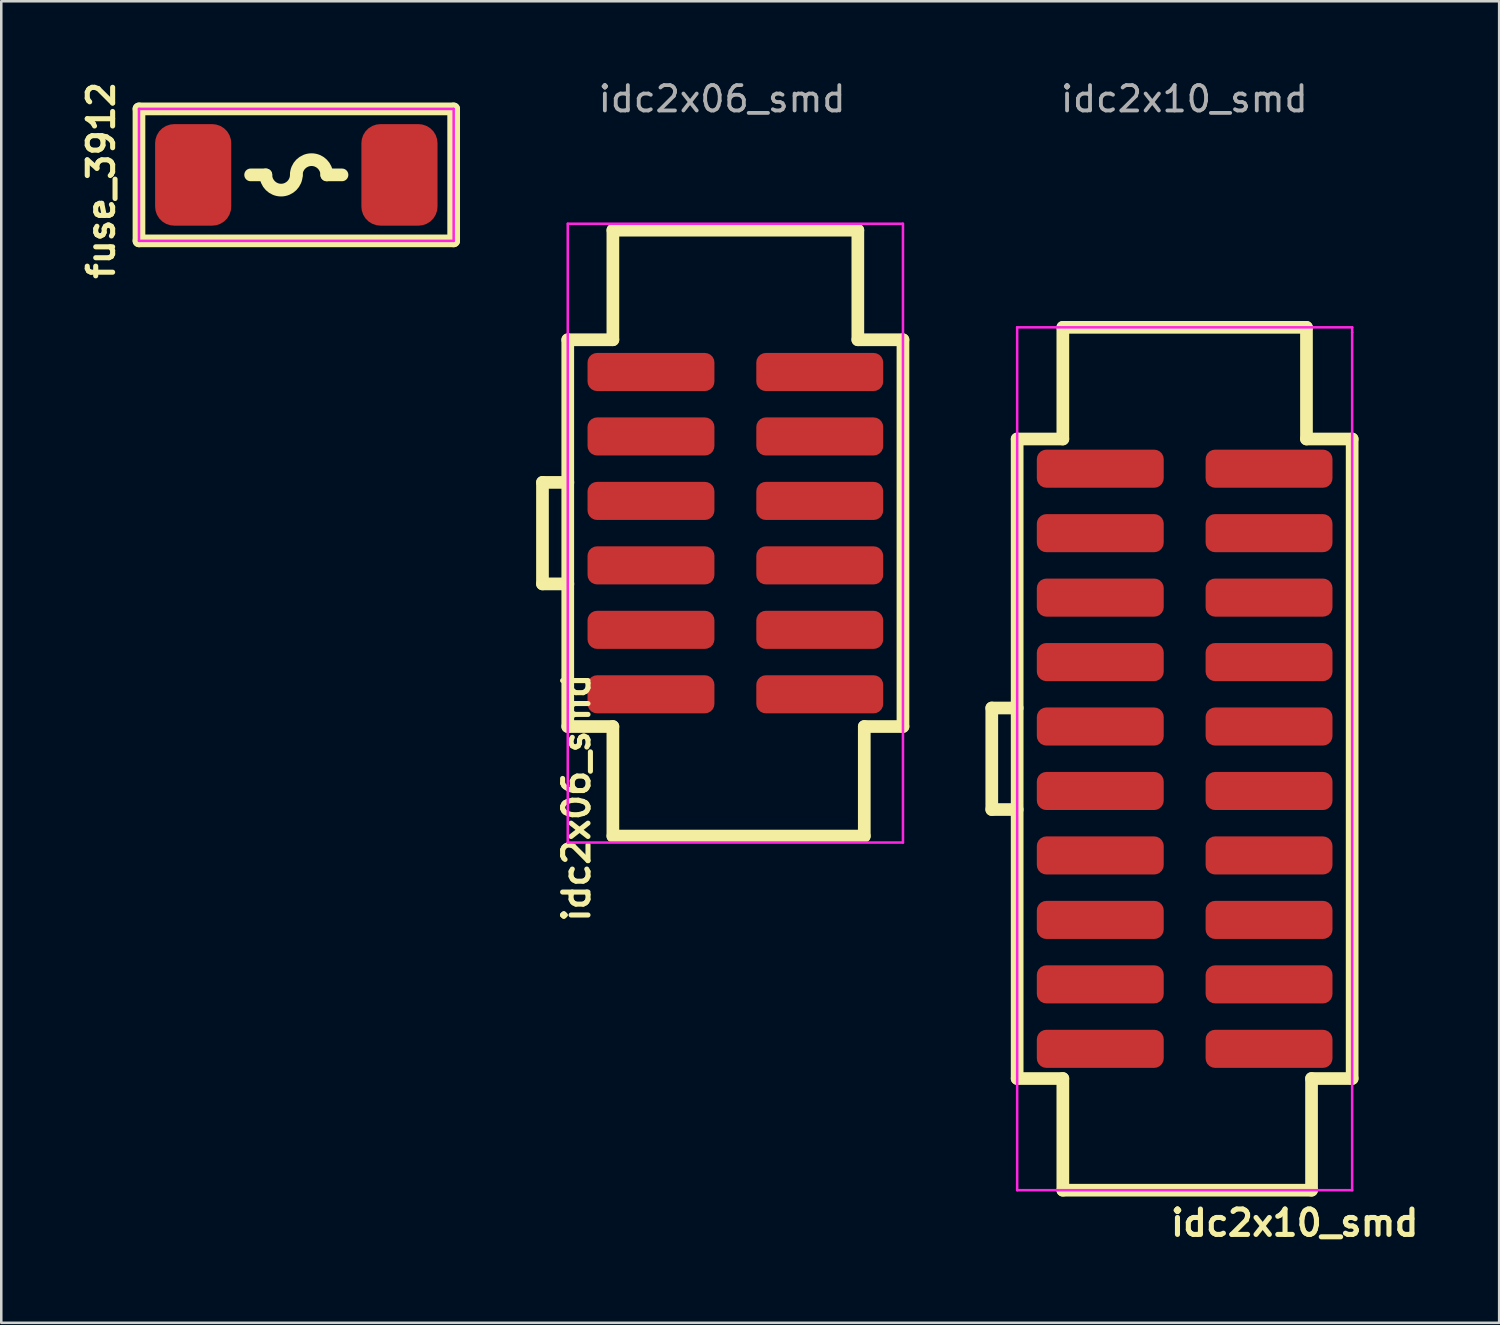
<source format=kicad_pcb>
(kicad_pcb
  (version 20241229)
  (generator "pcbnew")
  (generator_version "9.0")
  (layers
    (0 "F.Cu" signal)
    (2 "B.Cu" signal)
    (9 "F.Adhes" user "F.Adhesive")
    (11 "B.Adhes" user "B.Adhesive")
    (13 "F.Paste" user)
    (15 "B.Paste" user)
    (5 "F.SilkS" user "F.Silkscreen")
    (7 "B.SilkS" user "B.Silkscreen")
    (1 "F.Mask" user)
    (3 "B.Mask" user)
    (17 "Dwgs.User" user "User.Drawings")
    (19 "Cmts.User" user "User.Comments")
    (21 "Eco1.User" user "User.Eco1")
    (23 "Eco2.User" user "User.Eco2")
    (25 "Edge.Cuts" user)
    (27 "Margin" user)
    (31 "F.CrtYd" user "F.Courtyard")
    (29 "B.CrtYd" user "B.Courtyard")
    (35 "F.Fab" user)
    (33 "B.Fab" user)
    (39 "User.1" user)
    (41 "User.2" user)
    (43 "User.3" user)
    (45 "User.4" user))
  (footprint "idc2x06_smd"
    (layer "F.Cu")
    (at 25.926 17.958)
    (property "Reference" "idc2x06_smd" (at -6.259 10.428 90) (layer "F.SilkS") (effects (font (size 1 1) (thickness 0.2))))
    (attr smd)
    (fp_line (start -7.6 -2) (end -7.6 2) (stroke (width 0.5) (type solid)) (layer "F.SilkS"))
    (fp_line (start -7.6 -2) (end -6.6 -2) (stroke (width 0.5) (type solid)) (layer "F.SilkS"))
    (fp_line (start -7.6 2) (end -6.6 2) (stroke (width 0.5) (type solid)) (layer "F.SilkS"))
    (fp_line (start -6.604 -7.62) (end -4.826 -7.62) (stroke (width 0.5) (type solid)) (layer "F.SilkS"))
    (fp_line (start -6.604 7.62) (end -6.604 -7.62) (stroke (width 0.5) (type solid)) (layer "F.SilkS"))
    (fp_line (start -4.826 -11.938) (end -4.826 -7.62) (stroke (width 0.5) (type solid)) (layer "F.SilkS"))
    (fp_line (start -4.826 -11.938) (end 4.826 -11.938) (stroke (width 0.5) (type solid)) (layer "F.SilkS"))
    (fp_line (start -4.826 7.62) (end -6.604 7.62) (stroke (width 0.5) (type solid)) (layer "F.SilkS"))
    (fp_line (start -4.826 11.938) (end -4.826 7.62) (stroke (width 0.5) (type solid)) (layer "F.SilkS"))
    (fp_line (start 4.826 -11.938) (end 4.826 -7.62) (stroke (width 0.5) (type solid)) (layer "F.SilkS"))
    (fp_line (start 4.826 -7.62) (end 6.604 -7.62) (stroke (width 0.5) (type solid)) (layer "F.SilkS"))
    (fp_line (start 5.08 7.62) (end 5.08 11.938) (stroke (width 0.5) (type solid)) (layer "F.SilkS"))
    (fp_line (start 5.08 11.938) (end -4.826 11.938) (stroke (width 0.5) (type solid)) (layer "F.SilkS"))
    (fp_line (start 6.604 -7.62) (end 6.604 7.62) (stroke (width 0.5) (type solid)) (layer "F.SilkS"))
    (fp_line (start 6.604 7.62) (end 5.08 7.62) (stroke (width 0.5) (type solid)) (layer "F.SilkS"))
    (fp_line (start -6.604 -12.192) (end -6.604 12.192) (stroke (width 0.1) (type solid)) (layer "F.CrtYd"))
    (fp_line (start -6.6 12.192) (end 6.6 12.192) (stroke (width 0.1) (type solid)) (layer "F.CrtYd"))
    (fp_line (start 6.6 -12.192) (end -6.6 -12.192) (stroke (width 0.1) (type solid)) (layer "F.CrtYd"))
    (fp_line (start 6.604 12.192) (end 6.604 -12.192) (stroke (width 0.1) (type solid)) (layer "F.CrtYd"))
    (fp_text user "${REFERENCE}" (at -0.523 -17.11 180) (layer "F.Fab") (effects (font (size 1 1) (thickness 0.15))))
    (pad "1" smd roundrect (at -2.525 -6.35) (size 5 1.5) (drill (offset -0.8 0)) (layers "F.Cu" "F.Mask" "F.Paste") (roundrect_rratio 0.25))
    (pad "2" smd roundrect (at 2.525 -6.35) (size 5 1.5) (drill (offset 0.8 0)) (layers "F.Cu" "F.Mask" "F.Paste") (roundrect_rratio 0.25))
    (pad "3" smd roundrect (at -2.525 -3.81) (size 5 1.5) (drill (offset -0.8 0)) (layers "F.Cu" "F.Mask" "F.Paste") (roundrect_rratio 0.25))
    (pad "4" smd roundrect (at 2.525 -3.81) (size 5 1.5) (drill (offset 0.8 0)) (layers "F.Cu" "F.Mask" "F.Paste") (roundrect_rratio 0.25))
    (pad "5" smd roundrect (at -2.525 -1.27) (size 5 1.5) (drill (offset -0.8 0)) (layers "F.Cu" "F.Mask" "F.Paste") (roundrect_rratio 0.25))
    (pad "6" smd roundrect (at 2.525 -1.27) (size 5 1.5) (drill (offset 0.8 0)) (layers "F.Cu" "F.Mask" "F.Paste") (roundrect_rratio 0.25))
    (pad "7" smd roundrect (at -2.525 1.27) (size 5 1.5) (drill (offset -0.8 0)) (layers "F.Cu" "F.Mask" "F.Paste") (roundrect_rratio 0.25))
    (pad "8" smd roundrect (at 2.525 1.27) (size 5 1.5) (drill (offset 0.8 0)) (layers "F.Cu" "F.Mask" "F.Paste") (roundrect_rratio 0.25))
    (pad "9" smd roundrect (at -2.525 3.81) (size 5 1.5) (drill (offset -0.8 0)) (layers "F.Cu" "F.Mask" "F.Paste") (roundrect_rratio 0.25))
    (pad "10" smd roundrect (at 2.525 3.81) (size 5 1.5) (drill (offset 0.8 0)) (layers "F.Cu" "F.Mask" "F.Paste") (roundrect_rratio 0.25))
    (pad "11" smd roundrect (at -2.525 6.35) (size 5 1.5) (drill (offset -0.8 0)) (layers "F.Cu" "F.Mask" "F.Paste") (roundrect_rratio 0.25))
    (pad "12" smd roundrect (at 2.525 6.35) (size 5 1.5) (drill (offset 0.8 0)) (layers "F.Cu" "F.Mask" "F.Paste") (roundrect_rratio 0.25)))
  (footprint "idc2x10_smd"
    (layer "F.Cu")
    (at 43.63 26.848)
    (property "Reference" "idc2x10_smd" (at 4.336 18.29 0) (layer "F.SilkS") (effects (font (size 1 1) (thickness 0.2))))
    (attr smd)
    (fp_line (start -7.6 -2) (end -7.6 2) (stroke (width 0.5) (type solid)) (layer "F.SilkS"))
    (fp_line (start -7.6 -2) (end -6.6 -2) (stroke (width 0.5) (type solid)) (layer "F.SilkS"))
    (fp_line (start -7.6 2) (end -6.6 2) (stroke (width 0.5) (type solid)) (layer "F.SilkS"))
    (fp_line (start -6.6 -12.6) (end -4.8 -12.6) (stroke (width 0.5) (type solid)) (layer "F.SilkS"))
    (fp_line (start -6.6 12.6) (end -6.6 -12.6) (stroke (width 0.5) (type solid)) (layer "F.SilkS"))
    (fp_line (start -4.8 -17) (end -4.8 -12.6) (stroke (width 0.5) (type solid)) (layer "F.SilkS"))
    (fp_line (start -4.8 -17) (end 4.8 -17) (stroke (width 0.5) (type solid)) (layer "F.SilkS"))
    (fp_line (start -4.8 12.6) (end -6.6 12.6) (stroke (width 0.5) (type solid)) (layer "F.SilkS"))
    (fp_line (start -4.8 17) (end -4.8 12.6) (stroke (width 0.5) (type solid)) (layer "F.SilkS"))
    (fp_line (start 4.8 -17) (end 4.8 -12.6) (stroke (width 0.5) (type solid)) (layer "F.SilkS"))
    (fp_line (start 4.8 -12.6) (end 6.6 -12.6) (stroke (width 0.5) (type solid)) (layer "F.SilkS"))
    (fp_line (start 5 12.6) (end 5 17) (stroke (width 0.5) (type solid)) (layer "F.SilkS"))
    (fp_line (start 5 17) (end -4.8 17) (stroke (width 0.5) (type solid)) (layer "F.SilkS"))
    (fp_line (start 6.6 -12.6) (end 6.6 12.6) (stroke (width 0.5) (type solid)) (layer "F.SilkS"))
    (fp_line (start 6.6 12.6) (end 5 12.6) (stroke (width 0.5) (type solid)) (layer "F.SilkS"))
    (fp_line (start -6.6 -17) (end -6.6 17) (stroke (width 0.1) (type solid)) (layer "F.CrtYd"))
    (fp_line (start -6.6 17) (end 6.6 17) (stroke (width 0.1) (type solid)) (layer "F.CrtYd"))
    (fp_line (start 6.6 -17) (end -6.6 -17) (stroke (width 0.1) (type solid)) (layer "F.CrtYd"))
    (fp_line (start 6.6 -16.8) (end 6.6 -17) (stroke (width 0.1) (type solid)) (layer "F.CrtYd"))
    (fp_line (start 6.6 17) (end 6.6 -16.8) (stroke (width 0.1) (type solid)) (layer "F.CrtYd"))
    (fp_text user "${REFERENCE}" (at -0.015 -26 180) (layer "F.Fab") (effects (font (size 1 1) (thickness 0.15))))
    (pad "1" smd roundrect (at -2.525 -11.43) (size 5 1.5) (drill (offset -0.8 0)) (layers "F.Cu" "F.Mask" "F.Paste") (roundrect_rratio 0.25))
    (pad "2" smd roundrect (at 2.525 -11.43) (size 5 1.5) (drill (offset 0.8 0)) (layers "F.Cu" "F.Mask" "F.Paste") (roundrect_rratio 0.25))
    (pad "3" smd roundrect (at -2.525 -8.89) (size 5 1.5) (drill (offset -0.8 0)) (layers "F.Cu" "F.Mask" "F.Paste") (roundrect_rratio 0.25))
    (pad "4" smd roundrect (at 2.525 -8.89) (size 5 1.5) (drill (offset 0.8 0)) (layers "F.Cu" "F.Mask" "F.Paste") (roundrect_rratio 0.25))
    (pad "5" smd roundrect (at -2.525 -6.35) (size 5 1.5) (drill (offset -0.8 0)) (layers "F.Cu" "F.Mask" "F.Paste") (roundrect_rratio 0.25))
    (pad "6" smd roundrect (at 2.525 -6.35) (size 5 1.5) (drill (offset 0.8 0)) (layers "F.Cu" "F.Mask" "F.Paste") (roundrect_rratio 0.25))
    (pad "7" smd roundrect (at -2.525 -3.81) (size 5 1.5) (drill (offset -0.8 0)) (layers "F.Cu" "F.Mask" "F.Paste") (roundrect_rratio 0.25))
    (pad "8" smd roundrect (at 2.525 -3.81) (size 5 1.5) (drill (offset 0.8 0)) (layers "F.Cu" "F.Mask" "F.Paste") (roundrect_rratio 0.25))
    (pad "9" smd roundrect (at -2.525 -1.27) (size 5 1.5) (drill (offset -0.8 0)) (layers "F.Cu" "F.Mask" "F.Paste") (roundrect_rratio 0.25))
    (pad "10" smd roundrect (at 2.525 -1.27) (size 5 1.5) (drill (offset 0.8 0)) (layers "F.Cu" "F.Mask" "F.Paste") (roundrect_rratio 0.25))
    (pad "11" smd roundrect (at -2.525 1.27) (size 5 1.5) (drill (offset -0.8 0)) (layers "F.Cu" "F.Mask" "F.Paste") (roundrect_rratio 0.25))
    (pad "12" smd roundrect (at 2.525 1.27) (size 5 1.5) (drill (offset 0.8 0)) (layers "F.Cu" "F.Mask" "F.Paste") (roundrect_rratio 0.25))
    (pad "13" smd roundrect (at -2.525 3.81) (size 5 1.5) (drill (offset -0.8 0)) (layers "F.Cu" "F.Mask" "F.Paste") (roundrect_rratio 0.25))
    (pad "14" smd roundrect (at 2.525 3.81) (size 5 1.5) (drill (offset 0.8 0)) (layers "F.Cu" "F.Mask" "F.Paste") (roundrect_rratio 0.25))
    (pad "15" smd roundrect (at -2.525 6.35) (size 5 1.5) (drill (offset -0.8 0)) (layers "F.Cu" "F.Mask" "F.Paste") (roundrect_rratio 0.25))
    (pad "16" smd roundrect (at 2.525 6.35) (size 5 1.5) (drill (offset 0.8 0)) (layers "F.Cu" "F.Mask" "F.Paste") (roundrect_rratio 0.25))
    (pad "17" smd roundrect (at -2.525 8.89) (size 5 1.5) (drill (offset -0.8 0)) (layers "F.Cu" "F.Mask" "F.Paste") (roundrect_rratio 0.25))
    (pad "18" smd roundrect (at 2.525 8.89) (size 5 1.5) (drill (offset 0.8 0)) (layers "F.Cu" "F.Mask" "F.Paste") (roundrect_rratio 0.25))
    (pad "19" smd roundrect (at -2.525 11.43) (size 5 1.5) (drill (offset -0.8 0)) (layers "F.Cu" "F.Mask" "F.Paste") (roundrect_rratio 0.25))
    (pad "20" smd roundrect (at 2.525 11.43) (size 5 1.5) (drill (offset 0.8 0)) (layers "F.Cu" "F.Mask" "F.Paste") (roundrect_rratio 0.25)))
  (footprint "fuse_3912"
    (layer "F.Cu")
    (at 8.626 3.841)
    (property "Reference" "fuse_3912" (at -7.69 0.216 90) (layer "F.SilkS") (effects (font (size 1 1) (thickness 0.2))))
    (attr through_hole)
    (fp_line (start -6.2 -2.6) (end -6.2 2.6) (stroke (width 0.5) (type solid)) (layer "F.SilkS"))
    (fp_line (start -6.2 2.6) (end 6.2 2.6) (stroke (width 0.5) (type solid)) (layer "F.SilkS"))
    (fp_line (start -1.8 0) (end -1.2 0) (stroke (width 0.5) (type solid)) (layer "F.SilkS"))
    (fp_line (start 1.2 0) (end 1.8 0) (stroke (width 0.5) (type solid)) (layer "F.SilkS"))
    (fp_line (start 6.2 -2.6) (end -6.2 -2.6) (stroke (width 0.5) (type solid)) (layer "F.SilkS"))
    (fp_line (start 6.2 2.6) (end 6.2 -2.6) (stroke (width 0.5) (type solid)) (layer "F.SilkS"))
    (fp_arc (start 0 0) (mid -0.6 0.6) (end -1.2 0) (stroke (width 0.5) (type solid)) (layer "F.SilkS"))
    (fp_arc (start 0 0) (mid 0.6 -0.6) (end 1.2 0) (stroke (width 0.5) (type solid)) (layer "F.SilkS"))
    (fp_line (start -6.2 -2.6) (end 6.2 -2.6) (stroke (width 0.1) (type solid)) (layer "F.CrtYd"))
    (fp_line (start -6.2 2.6) (end -6.2 -2.6) (stroke (width 0.1) (type solid)) (layer "F.CrtYd"))
    (fp_line (start 6.2 -2.6) (end 6.2 2.6) (stroke (width 0.1) (type solid)) (layer "F.CrtYd"))
    (fp_line (start 6.2 2.6) (end -6.2 2.6) (stroke (width 0.1) (type solid)) (layer "F.CrtYd"))
    (pad "1" smd roundrect (at -4.064 0) (size 3 4) (layers "F.Cu" "F.Mask" "F.Paste") (roundrect_rratio 0.25))
    (pad "2" smd roundrect (at 4.064 0) (size 3 4) (layers "F.Cu" "F.Mask" "F.Paste") (roundrect_rratio 0.25)))
  (gr_rect
    (start -3 -3)
    (end 56.023 49.074)
    (stroke (width 0.1) (type default))
    (fill no)
    (layer "Edge.Cuts")))
</source>
